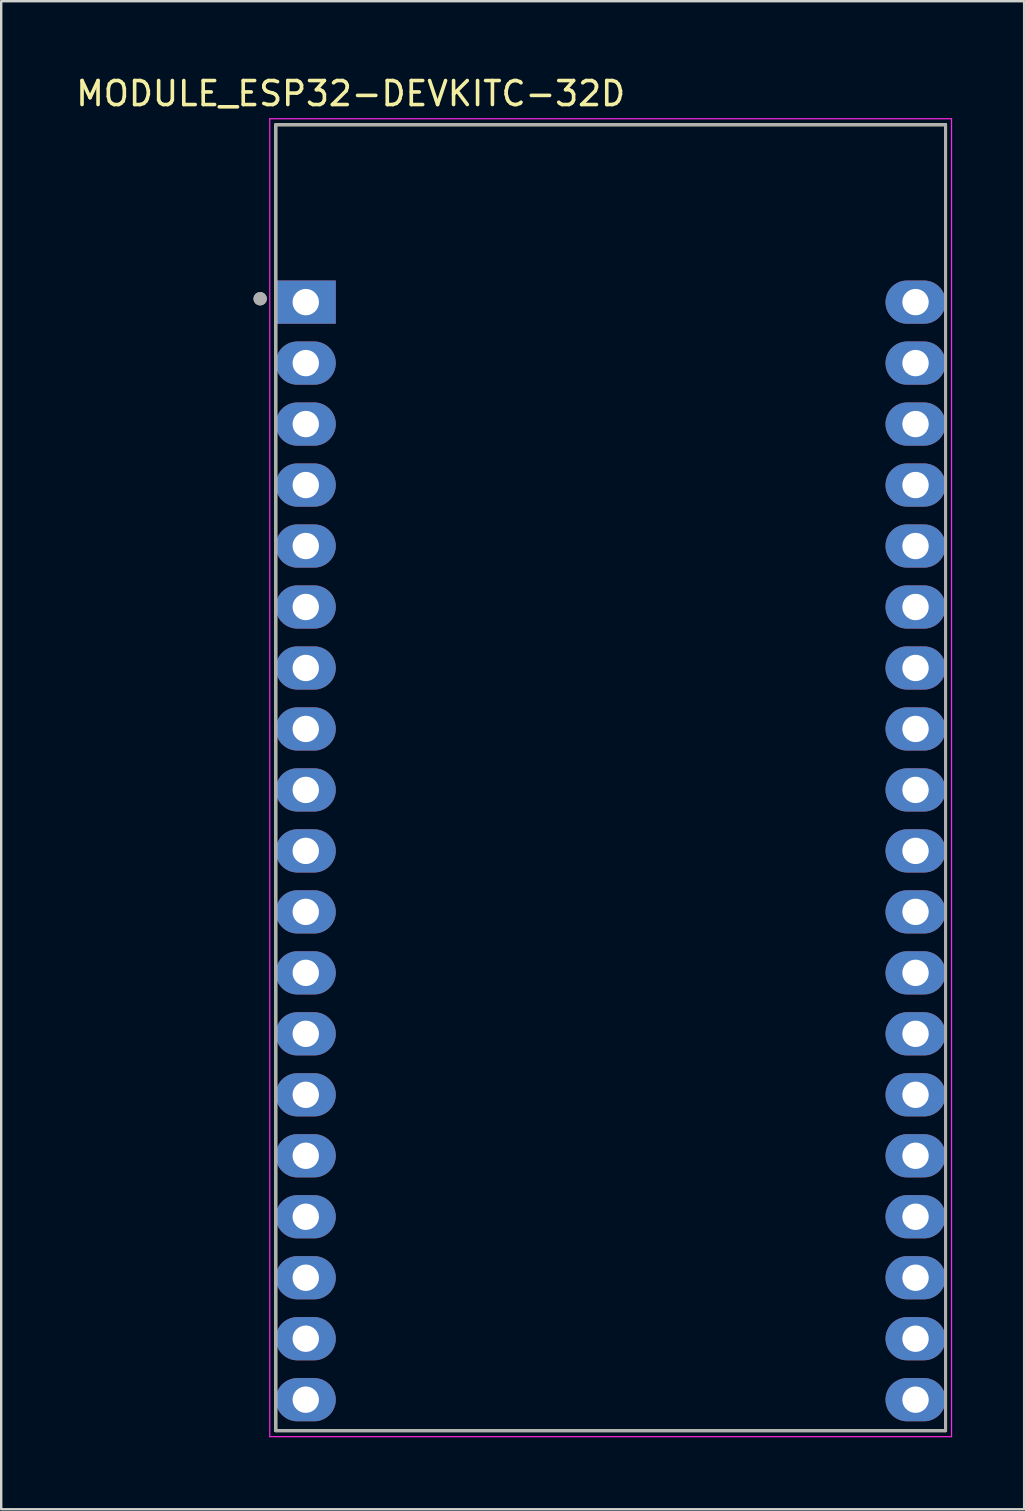
<source format=kicad_pcb>
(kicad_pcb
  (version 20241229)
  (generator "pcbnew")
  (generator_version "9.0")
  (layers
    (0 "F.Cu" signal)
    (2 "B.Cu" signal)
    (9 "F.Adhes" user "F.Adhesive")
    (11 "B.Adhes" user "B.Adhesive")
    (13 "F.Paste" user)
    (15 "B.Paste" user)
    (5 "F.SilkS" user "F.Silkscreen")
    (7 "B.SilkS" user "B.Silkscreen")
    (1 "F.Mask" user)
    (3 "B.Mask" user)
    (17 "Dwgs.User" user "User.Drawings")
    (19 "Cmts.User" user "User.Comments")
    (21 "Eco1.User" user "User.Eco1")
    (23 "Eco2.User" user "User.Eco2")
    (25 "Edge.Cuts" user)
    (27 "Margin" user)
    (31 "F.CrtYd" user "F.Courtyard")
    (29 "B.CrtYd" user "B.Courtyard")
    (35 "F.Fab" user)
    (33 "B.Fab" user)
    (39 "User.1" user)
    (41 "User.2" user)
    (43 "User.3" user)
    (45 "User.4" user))
  (footprint "MODULE_ESP32-DEVKITC-32D"
    (layer "F.Cu")
    (at 22.387 29.295)
    (property "Reference" "MODULE_ESP32-DEVKITC-32D" (at -10.829 -28.446 0) (layer "F.SilkS") (effects (font (size 1 1) (thickness 0.15))))
    (attr through_hole)
    (fp_line (start -13.95 -27.15) (end 13.95 -27.15) (stroke (width 0.127) (type solid)) (layer "F.SilkS"))
    (fp_line (start -13.95 27.25) (end -13.95 -27.15) (stroke (width 0.127) (type solid)) (layer "F.SilkS"))
    (fp_line (start 13.95 -27.15) (end 13.95 27.25) (stroke (width 0.127) (type solid)) (layer "F.SilkS"))
    (fp_line (start 13.95 27.25) (end -13.95 27.25) (stroke (width 0.127) (type solid)) (layer "F.SilkS"))
    (fp_line (start -14.2 -27.4) (end 14.2 -27.4) (stroke (width 0.05) (type solid)) (layer "F.CrtYd"))
    (fp_line (start -14.2 27.5) (end -14.2 -27.4) (stroke (width 0.05) (type solid)) (layer "F.CrtYd"))
    (fp_line (start 14.2 -27.4) (end 14.2 27.5) (stroke (width 0.05) (type solid)) (layer "F.CrtYd"))
    (fp_line (start 14.2 27.5) (end -14.2 27.5) (stroke (width 0.05) (type solid)) (layer "F.CrtYd"))
    (fp_line (start -13.95 -27.15) (end 13.95 -27.15) (stroke (width 0.127) (type solid)) (layer "F.Fab"))
    (fp_line (start -13.95 27.25) (end -13.95 -27.15) (stroke (width 0.127) (type solid)) (layer "F.Fab"))
    (fp_line (start 13.95 -27.15) (end 13.95 27.25) (stroke (width 0.127) (type solid)) (layer "F.Fab"))
    (fp_line (start 13.95 27.25) (end -13.95 27.25) (stroke (width 0.127) (type solid)) (layer "F.Fab"))
    (fp_circle (center -14.6 -19.9) (end -14.46 -19.9) (stroke (width 0.28) (type solid)) (fill no) (layer "F.Fab"))
    (fp_circle (center -14.6 -19.9) (end -14.46 -19.9) (stroke (width 0.28) (type solid)) (fill no) (layer "F.Fab"))
    (pad "1" thru_hole rect (at -12.7 -19.76) (size 2.5 1.8) (drill 1.1) (layers "*.Cu" "*.Mask"))
    (pad "2" thru_hole oval (at -12.7 -17.22) (size 2.5 1.8) (drill 1.1) (layers "*.Cu" "*.Mask"))
    (pad "3" thru_hole oval (at -12.7 -14.68) (size 2.5 1.8) (drill 1.1) (layers "*.Cu" "*.Mask"))
    (pad "4" thru_hole oval (at -12.7 -12.14) (size 2.5 1.8) (drill 1.1) (layers "*.Cu" "*.Mask"))
    (pad "5" thru_hole oval (at -12.7 -9.6) (size 2.5 1.8) (drill 1.1) (layers "*.Cu" "*.Mask"))
    (pad "6" thru_hole oval (at -12.7 -7.06) (size 2.5 1.8) (drill 1.1) (layers "*.Cu" "*.Mask"))
    (pad "7" thru_hole oval (at -12.7 -4.52) (size 2.5 1.8) (drill 1.1) (layers "*.Cu" "*.Mask"))
    (pad "8" thru_hole oval (at -12.7 -1.98) (size 2.5 1.8) (drill 1.1) (layers "*.Cu" "*.Mask"))
    (pad "9" thru_hole oval (at -12.7 0.56) (size 2.5 1.8) (drill 1.1) (layers "*.Cu" "*.Mask"))
    (pad "10" thru_hole oval (at -12.7 3.1) (size 2.5 1.8) (drill 1.1) (layers "*.Cu" "*.Mask"))
    (pad "11" thru_hole oval (at -12.7 5.64) (size 2.5 1.8) (drill 1.1) (layers "*.Cu" "*.Mask"))
    (pad "12" thru_hole oval (at -12.7 8.18) (size 2.5 1.8) (drill 1.1) (layers "*.Cu" "*.Mask"))
    (pad "13" thru_hole oval (at -12.7 10.72) (size 2.5 1.8) (drill 1.1) (layers "*.Cu" "*.Mask"))
    (pad "14" thru_hole oval (at -12.7 13.26) (size 2.5 1.8) (drill 1.1) (layers "*.Cu" "*.Mask"))
    (pad "15" thru_hole oval (at -12.7 15.8) (size 2.5 1.8) (drill 1.1) (layers "*.Cu" "*.Mask"))
    (pad "16" thru_hole oval (at -12.7 18.34) (size 2.5 1.8) (drill 1.1) (layers "*.Cu" "*.Mask"))
    (pad "17" thru_hole oval (at -12.7 20.88) (size 2.5 1.8) (drill 1.1) (layers "*.Cu" "*.Mask"))
    (pad "18" thru_hole oval (at -12.7 23.42) (size 2.5 1.8) (drill 1.1) (layers "*.Cu" "*.Mask"))
    (pad "19" thru_hole oval (at -12.7 25.96) (size 2.5 1.8) (drill 1.1) (layers "*.Cu" "*.Mask"))
    (pad "20" thru_hole oval (at 12.7 -19.76) (size 2.5 1.8) (drill 1.1) (layers "*.Cu" "*.Mask"))
    (pad "21" thru_hole oval (at 12.7 -17.22) (size 2.5 1.8) (drill 1.1) (layers "*.Cu" "*.Mask"))
    (pad "22" thru_hole oval (at 12.7 -14.68) (size 2.5 1.8) (drill 1.1) (layers "*.Cu" "*.Mask"))
    (pad "23" thru_hole oval (at 12.7 -12.14) (size 2.5 1.8) (drill 1.1) (layers "*.Cu" "*.Mask"))
    (pad "24" thru_hole oval (at 12.7 -9.6) (size 2.5 1.8) (drill 1.1) (layers "*.Cu" "*.Mask"))
    (pad "25" thru_hole oval (at 12.7 -7.06) (size 2.5 1.8) (drill 1.1) (layers "*.Cu" "*.Mask"))
    (pad "26" thru_hole oval (at 12.7 -4.52) (size 2.5 1.8) (drill 1.1) (layers "*.Cu" "*.Mask"))
    (pad "27" thru_hole oval (at 12.7 -1.98) (size 2.5 1.8) (drill 1.1) (layers "*.Cu" "*.Mask"))
    (pad "28" thru_hole oval (at 12.7 0.56) (size 2.5 1.8) (drill 1.1) (layers "*.Cu" "*.Mask"))
    (pad "29" thru_hole oval (at 12.7 3.1) (size 2.5 1.8) (drill 1.1) (layers "*.Cu" "*.Mask"))
    (pad "30" thru_hole oval (at 12.7 5.64) (size 2.5 1.8) (drill 1.1) (layers "*.Cu" "*.Mask"))
    (pad "31" thru_hole oval (at 12.7 8.18) (size 2.5 1.8) (drill 1.1) (layers "*.Cu" "*.Mask"))
    (pad "32" thru_hole oval (at 12.7 10.72) (size 2.5 1.8) (drill 1.1) (layers "*.Cu" "*.Mask"))
    (pad "33" thru_hole oval (at 12.7 13.26) (size 2.5 1.8) (drill 1.1) (layers "*.Cu" "*.Mask"))
    (pad "34" thru_hole oval (at 12.7 15.8) (size 2.5 1.8) (drill 1.1) (layers "*.Cu" "*.Mask"))
    (pad "35" thru_hole oval (at 12.7 18.34) (size 2.5 1.8) (drill 1.1) (layers "*.Cu" "*.Mask"))
    (pad "36" thru_hole oval (at 12.7 20.88) (size 2.5 1.8) (drill 1.1) (layers "*.Cu" "*.Mask"))
    (pad "37" thru_hole oval (at 12.7 23.42) (size 2.5 1.8) (drill 1.1) (layers "*.Cu" "*.Mask"))
    (pad "38" thru_hole oval (at 12.7 25.96) (size 2.5 1.8) (drill 1.1) (layers "*.Cu" "*.Mask")))
  (gr_rect
    (start -3 -3)
    (end 39.612 59.82)
    (stroke (width 0.1) (type default))
    (fill no)
    (layer "Edge.Cuts")))
</source>
